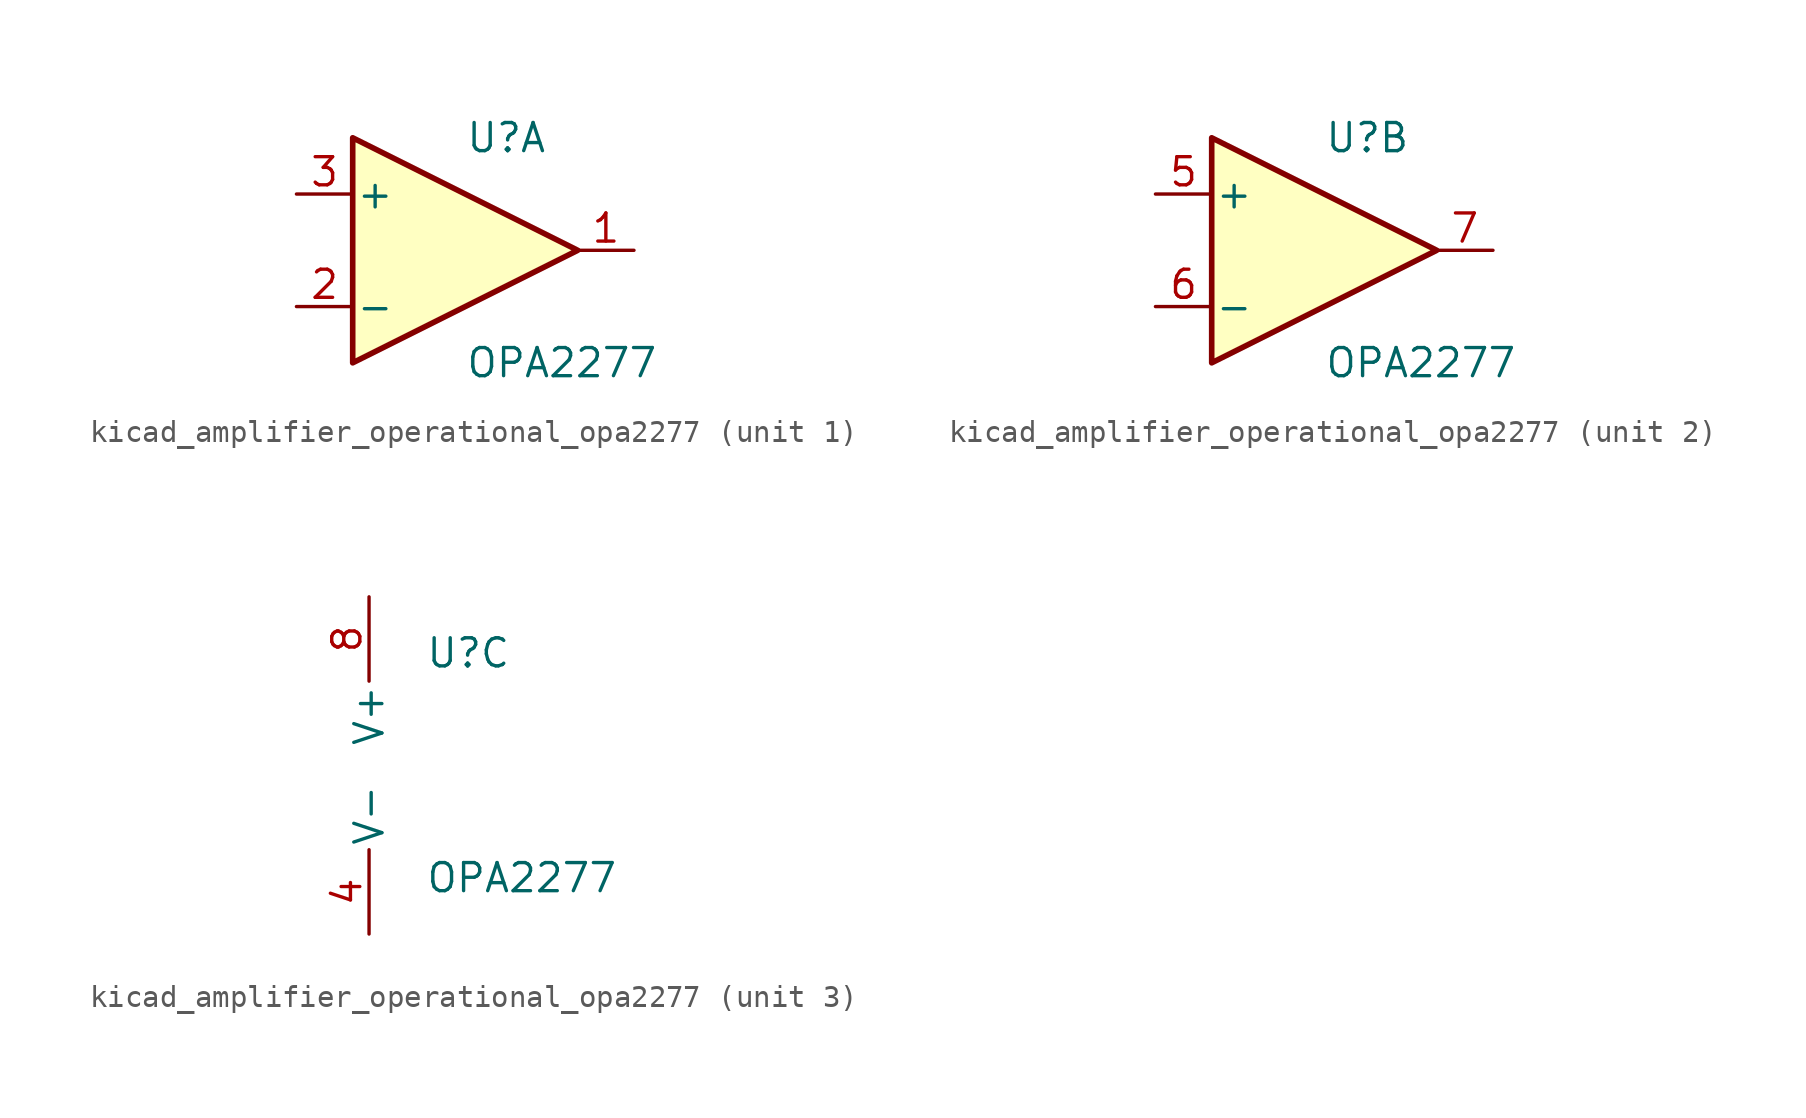
<source format=kicad_sym>
(kicad_symbol_lib
  (version 20220914)
  (generator kicad_symbol_editor)
  (symbol "kicad_amplifier_operational_opa2277"
    (pin_names
      (offset 0.127))
    (property "Reference" "U"
      (at 0 5.08 0)
      (effects (font (size 1.27 1.27)) (justify left)))
    (property "Value" "OPA2277"
      (at 0 -5.08 0)
      (effects (font (size 1.27 1.27)) (justify left)))
    (property "ki_locked" ""
      (at 0 0 0)
      (effects (font (size 1.27 1.27))))
    (symbol "kicad_amplifier_operational_opa2277_1_1"
      (polyline (pts (xy -5.08 5.08) (xy 5.08 0) (xy -5.08 -5.08) (xy -5.08 5.08)) (stroke (width 0.254) (type default)) (fill (type background)))
      (pin output line (at 7.62 0 180) (length 2.54) (name "~" (effects (font (size 1.27 1.27)))) (number "1" (effects (font (size 1.27 1.27)))))
      (pin input line (at -7.62 -2.54 0) (length 2.54) (name "-" (effects (font (size 1.27 1.27)))) (number "2" (effects (font (size 1.27 1.27)))))
      (pin input line (at -7.62 2.54 0) (length 2.54) (name "+" (effects (font (size 1.27 1.27)))) (number "3" (effects (font (size 1.27 1.27))))))
    (symbol "kicad_amplifier_operational_opa2277_2_1"
      (polyline (pts (xy -5.08 5.08) (xy 5.08 0) (xy -5.08 -5.08) (xy -5.08 5.08)) (stroke (width 0.254) (type default)) (fill (type background)))
      (pin input line (at -7.62 2.54 0) (length 2.54) (name "+" (effects (font (size 1.27 1.27)))) (number "5" (effects (font (size 1.27 1.27)))))
      (pin input line (at -7.62 -2.54 0) (length 2.54) (name "-" (effects (font (size 1.27 1.27)))) (number "6" (effects (font (size 1.27 1.27)))))
      (pin output line (at 7.62 0 180) (length 2.54) (name "~" (effects (font (size 1.27 1.27)))) (number "7" (effects (font (size 1.27 1.27))))))
    (symbol "kicad_amplifier_operational_opa2277_3_1"
      (pin power_in line (at -2.54 -7.62 90) (length 3.81) (name "V-" (effects (font (size 1.27 1.27)))) (number "4" (effects (font (size 1.27 1.27)))))
      (pin power_in line (at -2.54 7.62 270) (length 3.81) (name "V+" (effects (font (size 1.27 1.27)))) (number "8" (effects (font (size 1.27 1.27))))))))
</source>
